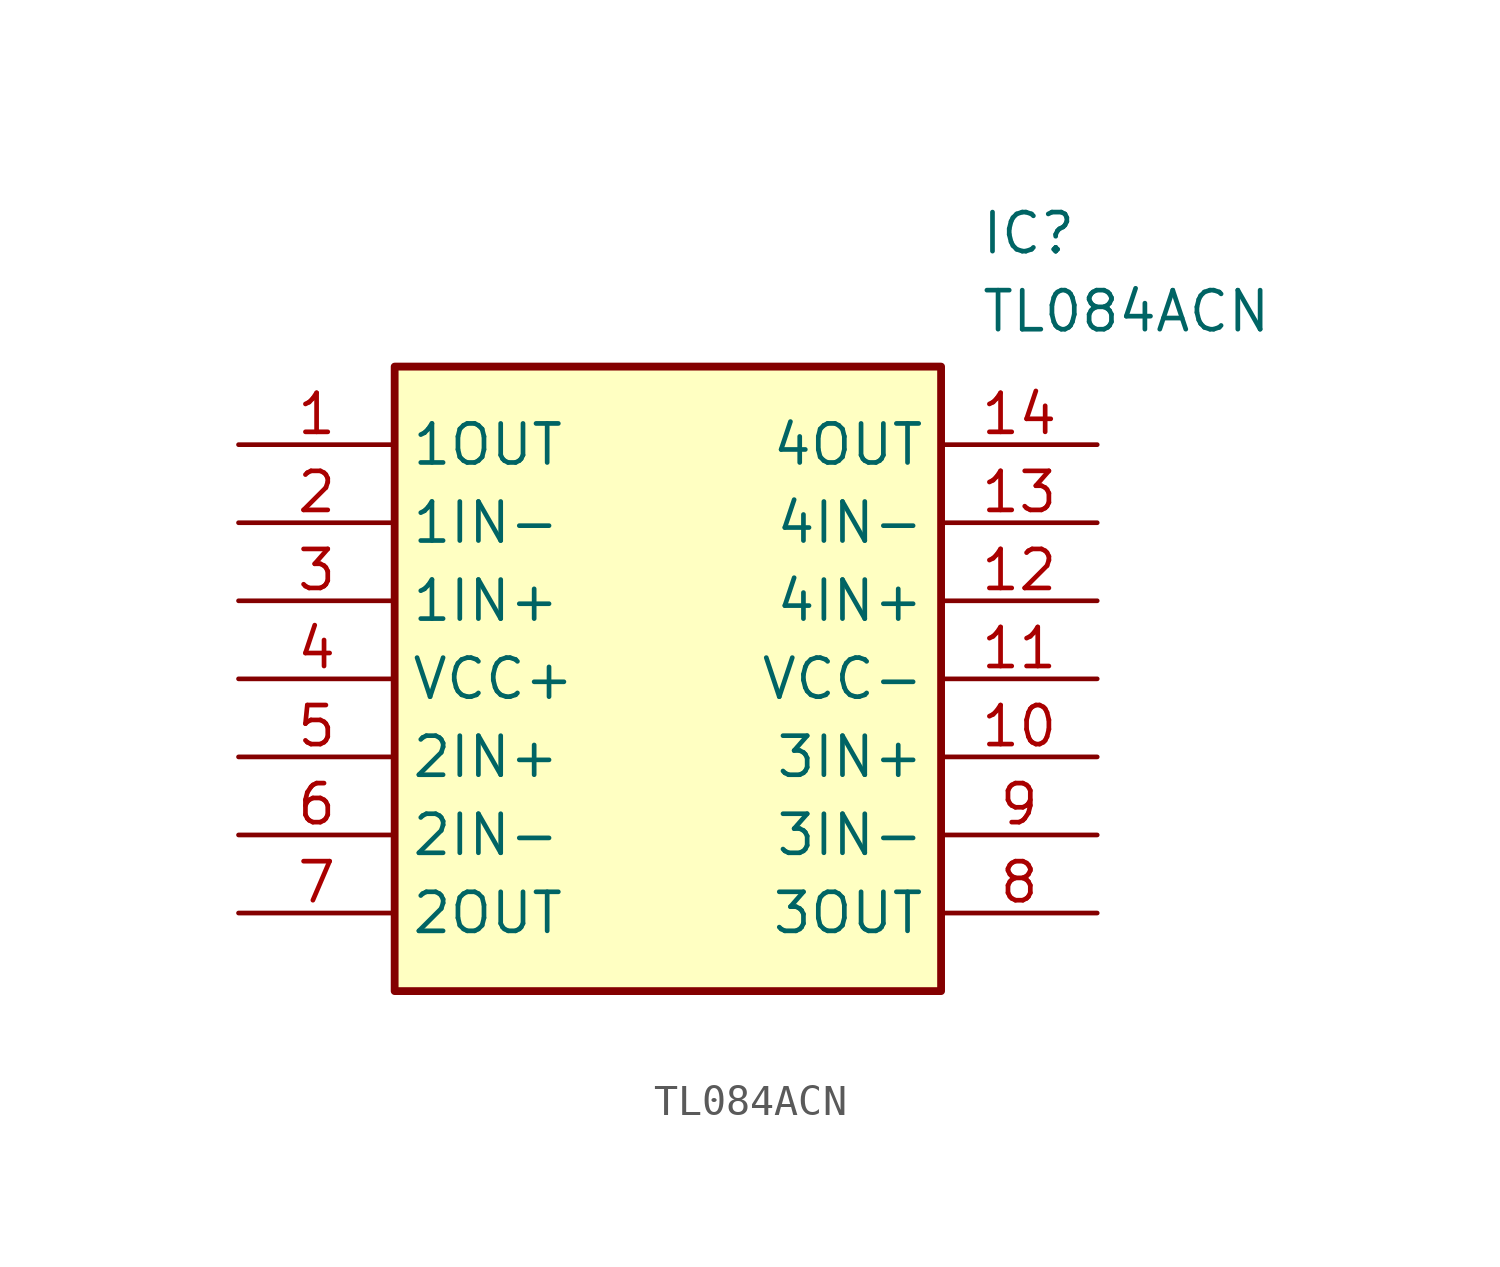
<source format=kicad_sym>
(kicad_symbol_lib
  (version 20220914)
  (generator SamacSys_ECAD_Model)
  (symbol "TL084ACN"
    (property "Reference" "IC"
      (at 24.13 7.62 0)
      (effects (font (size 1.27 1.27)) (justify left top)))
    (property "Value" "TL084ACN"
      (at 24.13 5.08 0)
      (effects (font (size 1.27 1.27)) (justify left top)))
    (rectangle
      (start 5.08 2.54)
      (end 22.86 -17.78)
      (stroke (width 0.254) (type default))
      (fill (type background)))
    (pin output line
      (at 0 0 0)
      (length 5.08)
      (name "1OUT" (effects (font (size 1.27 1.27))))
      (number "1" (effects (font (size 1.27 1.27)))))
    (pin input line
      (at 0 -2.54 0)
      (length 5.08)
      (name "1IN-" (effects (font (size 1.27 1.27))))
      (number "2" (effects (font (size 1.27 1.27)))))
    (pin input line
      (at 0 -5.08 0)
      (length 5.08)
      (name "1IN+" (effects (font (size 1.27 1.27))))
      (number "3" (effects (font (size 1.27 1.27)))))
    (pin power_in line
      (at 0 -7.62 0)
      (length 5.08)
      (name "VCC+" (effects (font (size 1.27 1.27))))
      (number "4" (effects (font (size 1.27 1.27)))))
    (pin input line
      (at 0 -10.16 0)
      (length 5.08)
      (name "2IN+" (effects (font (size 1.27 1.27))))
      (number "5" (effects (font (size 1.27 1.27)))))
    (pin input line
      (at 0 -12.7 0)
      (length 5.08)
      (name "2IN-" (effects (font (size 1.27 1.27))))
      (number "6" (effects (font (size 1.27 1.27)))))
    (pin output line
      (at 0 -15.24 0)
      (length 5.08)
      (name "2OUT" (effects (font (size 1.27 1.27))))
      (number "7" (effects (font (size 1.27 1.27)))))
    (pin output line
      (at 27.94 0 180)
      (length 5.08)
      (name "4OUT" (effects (font (size 1.27 1.27))))
      (number "14" (effects (font (size 1.27 1.27)))))
    (pin input line
      (at 27.94 -2.54 180)
      (length 5.08)
      (name "4IN-" (effects (font (size 1.27 1.27))))
      (number "13" (effects (font (size 1.27 1.27)))))
    (pin input line
      (at 27.94 -5.08 180)
      (length 5.08)
      (name "4IN+" (effects (font (size 1.27 1.27))))
      (number "12" (effects (font (size 1.27 1.27)))))
    (pin power_in line
      (at 27.94 -7.62 180)
      (length 5.08)
      (name "VCC-" (effects (font (size 1.27 1.27))))
      (number "11" (effects (font (size 1.27 1.27)))))
    (pin input line
      (at 27.94 -10.16 180)
      (length 5.08)
      (name "3IN+" (effects (font (size 1.27 1.27))))
      (number "10" (effects (font (size 1.27 1.27)))))
    (pin input line
      (at 27.94 -12.7 180)
      (length 5.08)
      (name "3IN-" (effects (font (size 1.27 1.27))))
      (number "9" (effects (font (size 1.27 1.27)))))
    (pin output line
      (at 27.94 -15.24 180)
      (length 5.08)
      (name "3OUT" (effects (font (size 1.27 1.27))))
      (number "8" (effects (font (size 1.27 1.27)))))))
</source>
